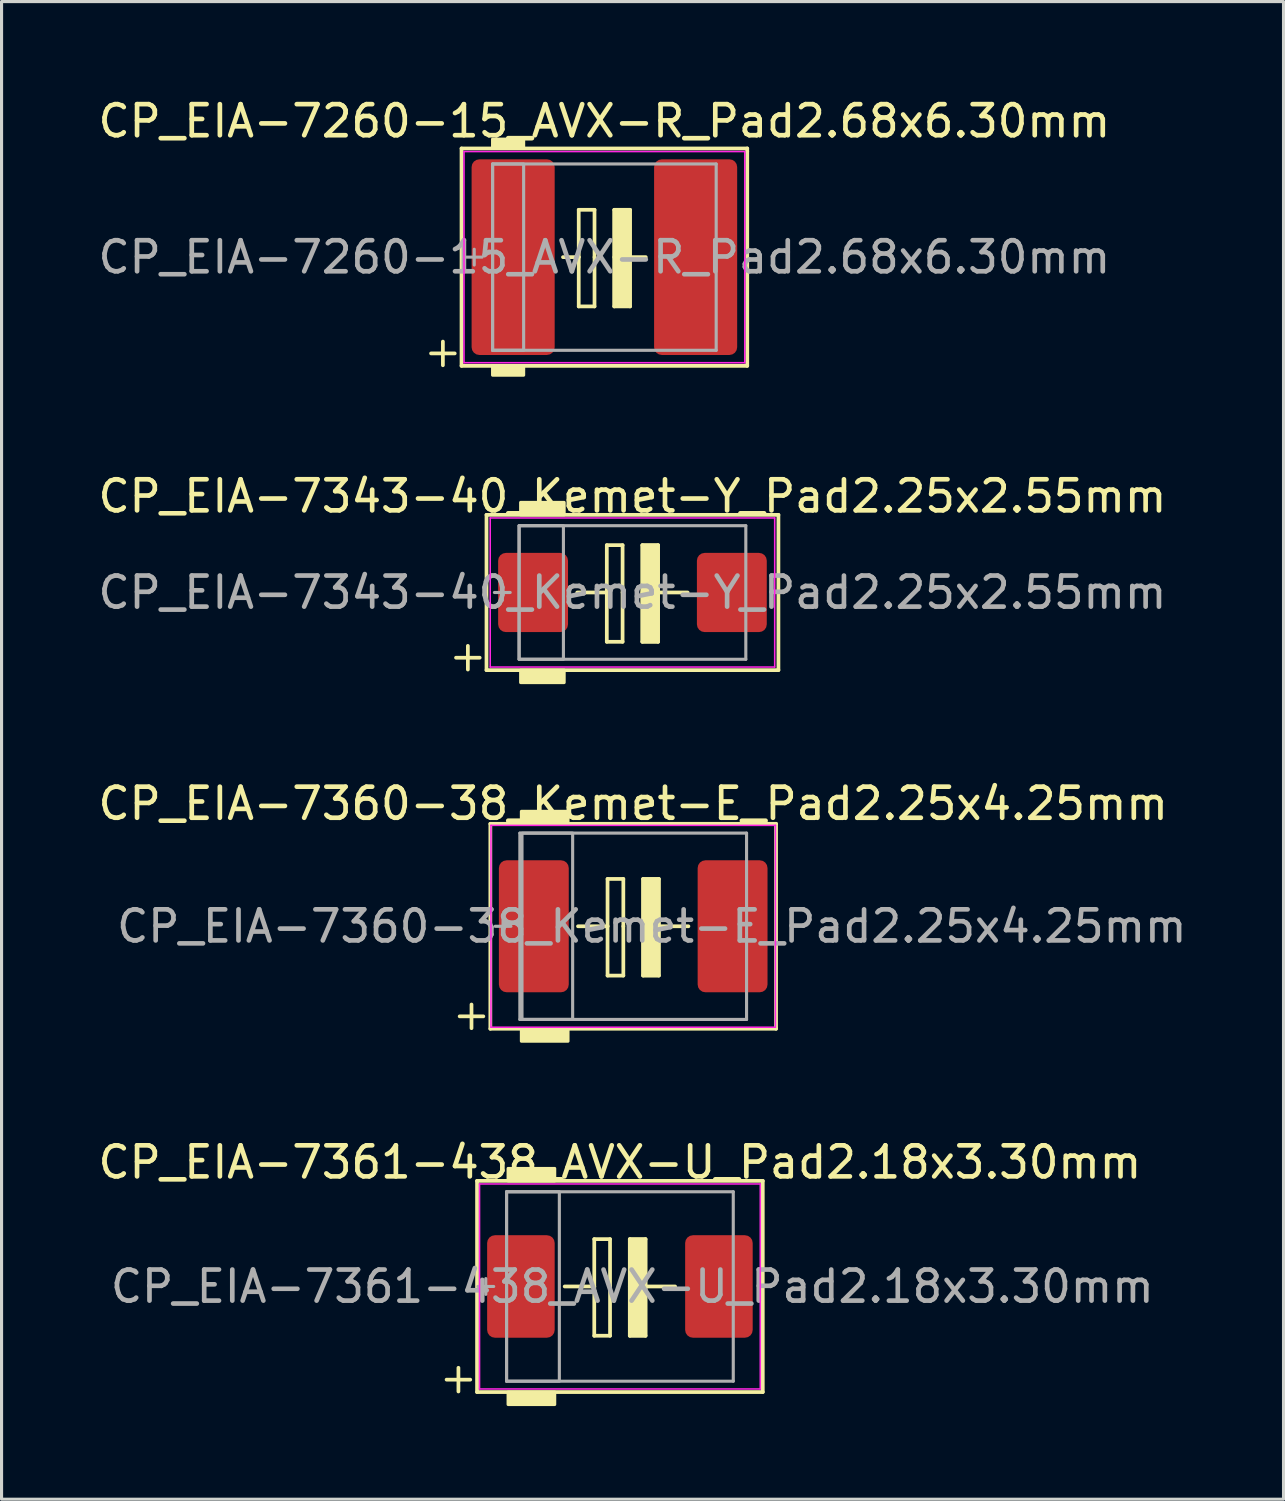
<source format=kicad_pcb>
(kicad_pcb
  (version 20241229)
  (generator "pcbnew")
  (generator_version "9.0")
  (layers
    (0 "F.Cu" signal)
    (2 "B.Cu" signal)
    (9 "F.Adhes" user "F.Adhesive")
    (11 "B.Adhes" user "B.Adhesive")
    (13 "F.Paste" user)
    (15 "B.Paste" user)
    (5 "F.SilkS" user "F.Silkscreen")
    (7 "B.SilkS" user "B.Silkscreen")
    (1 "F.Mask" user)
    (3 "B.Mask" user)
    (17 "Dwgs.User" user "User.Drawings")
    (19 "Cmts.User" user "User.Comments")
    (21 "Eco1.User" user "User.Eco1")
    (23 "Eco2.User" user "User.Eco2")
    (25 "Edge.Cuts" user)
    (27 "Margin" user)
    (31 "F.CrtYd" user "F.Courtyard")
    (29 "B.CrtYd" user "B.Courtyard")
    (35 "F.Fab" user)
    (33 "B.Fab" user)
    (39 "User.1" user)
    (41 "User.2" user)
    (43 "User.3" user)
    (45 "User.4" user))
  (footprint "CP_EIA-7260-15_AVX-R_Pad2.68x6.30mm"
    (layer "F.Cu")
    (at 16.411 5.23)
    (property "Reference" "CP_EIA-7260-15_AVX-R_Pad2.68x6.30mm" (at 0 -4.381 0) (layer "F.SilkS") (effects (font (size 1 1) (thickness 0.15))))
    (attr smd)
    (fp_line (start -5.581 3.1) (end -4.819 3.1) (stroke (width 0.12) (type solid)) (layer "F.SilkS"))
    (fp_line (start -5.2 2.719) (end -5.2 3.481) (stroke (width 0.12) (type solid)) (layer "F.SilkS"))
    (fp_line (start -4.6 -3.5) (end -4.6 3.5) (stroke (width 0.12) (type solid)) (layer "F.SilkS"))
    (fp_line (start -4.6 3.5) (end 4.6 3.5) (stroke (width 0.12) (type solid)) (layer "F.SilkS"))
    (fp_line (start -1.333 0) (end -0.826 0) (stroke (width 0.12) (type solid)) (layer "F.SilkS"))
    (fp_line (start -0.826 -1.524) (end -0.826 0) (stroke (width 0.12) (type solid)) (layer "F.SilkS"))
    (fp_line (start -0.826 1.587) (end -0.826 0) (stroke (width 0.12) (type solid)) (layer "F.SilkS"))
    (fp_line (start -0.826 1.587) (end -0.318 1.587) (stroke (width 0.12) (type solid)) (layer "F.SilkS"))
    (fp_line (start -0.318 -1.524) (end -0.826 -1.524) (stroke (width 0.12) (type solid)) (layer "F.SilkS"))
    (fp_line (start -0.318 -1.524) (end -0.318 0) (stroke (width 0.12) (type solid)) (layer "F.SilkS"))
    (fp_line (start -0.318 1.587) (end -0.318 0) (stroke (width 0.12) (type solid)) (layer "F.SilkS"))
    (fp_line (start 0.318 -1.524) (end 0.318 0) (stroke (width 0.12) (type solid)) (layer "F.SilkS"))
    (fp_line (start 0.318 1.587) (end 0.318 0) (stroke (width 0.12) (type solid)) (layer "F.SilkS"))
    (fp_line (start 0.318 1.587) (end 0.826 1.587) (stroke (width 0.12) (type solid)) (layer "F.SilkS"))
    (fp_line (start 0.826 -1.524) (end 0.318 -1.524) (stroke (width 0.12) (type solid)) (layer "F.SilkS"))
    (fp_line (start 0.826 -1.524) (end 0.826 0) (stroke (width 0.12) (type solid)) (layer "F.SilkS"))
    (fp_line (start 0.826 0) (end 1.333 0) (stroke (width 0.12) (type solid)) (layer "F.SilkS"))
    (fp_line (start 0.826 1.587) (end 0.826 0) (stroke (width 0.12) (type solid)) (layer "F.SilkS"))
    (fp_line (start 4.6 -3.5) (end -4.6 -3.5) (stroke (width 0.12) (type solid)) (layer "F.SilkS"))
    (fp_line (start 4.6 -3.4) (end 4.6 -3.5) (stroke (width 0.12) (type solid)) (layer "F.SilkS"))
    (fp_line (start 4.6 3.5) (end 4.6 -3.4) (stroke (width 0.12) (type solid)) (layer "F.SilkS"))
    (fp_poly (pts (xy -2.6 -3.5) (xy -3.6 -3.5) (xy -3.6 -3.8) (xy -2.6 -3.8)) (stroke (width 0.1) (type solid)) (fill yes) (layer "F.SilkS"))
    (fp_poly (pts (xy -2.6 3.8) (xy -3.6 3.8) (xy -3.6 3.5) (xy -2.6 3.5)) (stroke (width 0.1) (type solid)) (fill yes) (layer "F.SilkS"))
    (fp_poly (pts (xy 0.826 1.587) (xy 0.318 1.587) (xy 0.318 -1.524) (xy 0.826 -1.524)) (stroke (width 0.1) (type solid)) (fill yes) (layer "F.SilkS"))
    (fp_line (start -4.52 -3.4) (end 4.52 -3.4) (stroke (width 0.05) (type solid)) (layer "F.CrtYd"))
    (fp_line (start -4.52 3.4) (end -4.52 -3.4) (stroke (width 0.05) (type solid)) (layer "F.CrtYd"))
    (fp_line (start 4.52 -3.4) (end 4.52 3.4) (stroke (width 0.05) (type solid)) (layer "F.CrtYd"))
    (fp_line (start 4.52 3.4) (end -4.52 3.4) (stroke (width 0.05) (type solid)) (layer "F.CrtYd"))
    (fp_line (start -4.191 -0.254) (end -4.191 0.254) (stroke (width 0.1) (type solid)) (layer "F.Fab"))
    (fp_line (start -3.937 0) (end -4.445 0) (stroke (width 0.1) (type solid)) (layer "F.Fab"))
    (fp_line (start -3.6 -3) (end -3.6 3) (stroke (width 0.1) (type solid)) (layer "F.Fab"))
    (fp_line (start -3.6 3) (end 3.6 3) (stroke (width 0.1) (type solid)) (layer "F.Fab"))
    (fp_line (start 3.6 -3) (end -3.6 -3) (stroke (width 0.1) (type solid)) (layer "F.Fab"))
    (fp_line (start 3.6 3) (end 3.6 -3) (stroke (width 0.1) (type solid)) (layer "F.Fab"))
    (fp_rect (start -3.6 -3) (end -2.6 3) (stroke (width 0.1) (type solid)) (fill no) (layer "F.Fab"))
    (fp_text user "${REFERENCE}" (at 0 0 0) (layer "F.Fab") (effects (font (size 1 1) (thickness 0.15))))
    (pad "1" smd roundrect (at -2.938 0) (size 2.675 6.3) (layers "F.Cu" "F.Mask" "F.Paste") (roundrect_rratio 0.093))
    (pad "2" smd roundrect (at 2.938 0) (size 2.675 6.3) (layers "F.Cu" "F.Mask" "F.Paste") (roundrect_rratio 0.093)))
  (footprint "CP_EIA-7360-38_Kemet-E_Pad2.25x4.25mm"
    (layer "F.Cu")
    (at 17.339 26.776)
    (property "Reference" "CP_EIA-7360-38_Kemet-E_Pad2.25x4.25mm" (at 0 -3.95 0) (layer "F.SilkS") (effects (font (size 1 1) (thickness 0.15))))
    (attr smd)
    (fp_line (start -5.588 2.9) (end -4.826 2.9) (stroke (width 0.12) (type solid)) (layer "F.SilkS"))
    (fp_line (start -5.207 2.519) (end -5.207 3.281) (stroke (width 0.12) (type solid)) (layer "F.SilkS"))
    (fp_line (start -4.6 -3.3) (end -4.6 3.3) (stroke (width 0.12) (type solid)) (layer "F.SilkS"))
    (fp_line (start -4.6 3.3) (end 4.6 3.3) (stroke (width 0.12) (type solid)) (layer "F.SilkS"))
    (fp_line (start -1.778 0) (end -0.826 0) (stroke (width 0.12) (type solid)) (layer "F.SilkS"))
    (fp_line (start -0.826 -1.524) (end -0.826 0) (stroke (width 0.12) (type solid)) (layer "F.SilkS"))
    (fp_line (start -0.826 1.587) (end -0.826 0) (stroke (width 0.12) (type solid)) (layer "F.SilkS"))
    (fp_line (start -0.826 1.587) (end -0.318 1.587) (stroke (width 0.12) (type solid)) (layer "F.SilkS"))
    (fp_line (start -0.318 -1.524) (end -0.826 -1.524) (stroke (width 0.12) (type solid)) (layer "F.SilkS"))
    (fp_line (start -0.318 -1.524) (end -0.318 0) (stroke (width 0.12) (type solid)) (layer "F.SilkS"))
    (fp_line (start -0.318 1.587) (end -0.318 0) (stroke (width 0.12) (type solid)) (layer "F.SilkS"))
    (fp_line (start 0.318 -1.524) (end 0.318 0) (stroke (width 0.12) (type solid)) (layer "F.SilkS"))
    (fp_line (start 0.318 1.587) (end 0.318 0) (stroke (width 0.12) (type solid)) (layer "F.SilkS"))
    (fp_line (start 0.318 1.587) (end 0.826 1.587) (stroke (width 0.12) (type solid)) (layer "F.SilkS"))
    (fp_line (start 0.826 -1.524) (end 0.318 -1.524) (stroke (width 0.12) (type solid)) (layer "F.SilkS"))
    (fp_line (start 0.826 -1.524) (end 0.826 0) (stroke (width 0.12) (type solid)) (layer "F.SilkS"))
    (fp_line (start 0.826 0) (end 1.778 0) (stroke (width 0.12) (type solid)) (layer "F.SilkS"))
    (fp_line (start 0.826 1.587) (end 0.826 0) (stroke (width 0.12) (type solid)) (layer "F.SilkS"))
    (fp_line (start 4.6 -3.3) (end -4.6 -3.3) (stroke (width 0.12) (type solid)) (layer "F.SilkS"))
    (fp_line (start 4.6 3.3) (end 4.6 -3.3) (stroke (width 0.12) (type solid)) (layer "F.SilkS"))
    (fp_poly (pts (xy -2.1 -3.3) (xy -3.6 -3.3) (xy -3.6 -3.7) (xy -2.1 -3.7)) (stroke (width 0.1) (type solid)) (fill yes) (layer "F.SilkS"))
    (fp_poly (pts (xy -2.1 3.7) (xy -3.6 3.7) (xy -3.6 3.3) (xy -2.1 3.3)) (stroke (width 0.1) (type solid)) (fill yes) (layer "F.SilkS"))
    (fp_poly (pts (xy 0.826 1.587) (xy 0.318 1.587) (xy 0.318 -1.524) (xy 0.826 -1.524)) (stroke (width 0.1) (type solid)) (fill yes) (layer "F.SilkS"))
    (fp_line (start -4.58 -3.25) (end 4.58 -3.25) (stroke (width 0.05) (type solid)) (layer "F.CrtYd"))
    (fp_line (start -4.58 3.25) (end -4.58 -3.25) (stroke (width 0.05) (type solid)) (layer "F.CrtYd"))
    (fp_line (start 4.58 -3.25) (end 4.58 3.25) (stroke (width 0.05) (type solid)) (layer "F.CrtYd"))
    (fp_line (start 4.58 3.25) (end -4.58 3.25) (stroke (width 0.05) (type solid)) (layer "F.CrtYd"))
    (fp_line (start -4.191 -0.254) (end -4.191 0.254) (stroke (width 0.1) (type solid)) (layer "F.Fab"))
    (fp_line (start -3.937 0) (end -4.445 0) (stroke (width 0.1) (type solid)) (layer "F.Fab"))
    (fp_line (start -3.65 -3) (end -3.65 3) (stroke (width 0.1) (type solid)) (layer "F.Fab"))
    (fp_line (start -3.65 3) (end 3.65 3) (stroke (width 0.1) (type solid)) (layer "F.Fab"))
    (fp_line (start 3.65 -3) (end -3.65 -3) (stroke (width 0.1) (type solid)) (layer "F.Fab"))
    (fp_line (start 3.65 3) (end 3.65 -3) (stroke (width 0.1) (type solid)) (layer "F.Fab"))
    (fp_rect (start -3.581 -3) (end -1.95 3) (stroke (width 0.1) (type solid)) (fill no) (layer "F.Fab"))
    (fp_text user "${REFERENCE}" (at 0.6 0 0) (layer "F.Fab") (effects (font (size 1 1) (thickness 0.15))))
    (pad "1" smd roundrect (at -3.2 0) (size 2.25 4.25) (layers "F.Cu" "F.Mask" "F.Paste") (roundrect_rratio 0.111))
    (pad "2" smd roundrect (at 3.2 0) (size 2.25 4.25) (layers "F.Cu" "F.Mask" "F.Paste") (roundrect_rratio 0.111)))
  (footprint "CP_EIA-7343-40_Kemet-Y_Pad2.25x2.55mm"
    (layer "F.Cu")
    (at 17.315 16.028)
    (property "Reference" "CP_EIA-7343-40_Kemet-Y_Pad2.25x2.55mm" (at 0 -3.1 0) (layer "F.SilkS") (effects (font (size 1 1) (thickness 0.15))))
    (attr smd)
    (fp_line (start -5.681 2.1) (end -4.919 2.1) (stroke (width 0.12) (type solid)) (layer "F.SilkS"))
    (fp_line (start -5.3 1.719) (end -5.3 2.481) (stroke (width 0.12) (type solid)) (layer "F.SilkS"))
    (fp_line (start -4.7 -2.5) (end -4.7 2.5) (stroke (width 0.12) (type solid)) (layer "F.SilkS"))
    (fp_line (start -4.7 2.5) (end 4.7 2.5) (stroke (width 0.12) (type solid)) (layer "F.SilkS"))
    (fp_line (start -1.778 0) (end -0.826 0) (stroke (width 0.12) (type solid)) (layer "F.SilkS"))
    (fp_line (start -0.826 -1.524) (end -0.826 0) (stroke (width 0.12) (type solid)) (layer "F.SilkS"))
    (fp_line (start -0.826 1.587) (end -0.826 0) (stroke (width 0.12) (type solid)) (layer "F.SilkS"))
    (fp_line (start -0.826 1.587) (end -0.318 1.587) (stroke (width 0.12) (type solid)) (layer "F.SilkS"))
    (fp_line (start -0.318 -1.524) (end -0.826 -1.524) (stroke (width 0.12) (type solid)) (layer "F.SilkS"))
    (fp_line (start -0.318 -1.524) (end -0.318 0) (stroke (width 0.12) (type solid)) (layer "F.SilkS"))
    (fp_line (start -0.318 1.587) (end -0.318 0) (stroke (width 0.12) (type solid)) (layer "F.SilkS"))
    (fp_line (start 0.318 -1.524) (end 0.318 0) (stroke (width 0.12) (type solid)) (layer "F.SilkS"))
    (fp_line (start 0.318 1.587) (end 0.318 0) (stroke (width 0.12) (type solid)) (layer "F.SilkS"))
    (fp_line (start 0.318 1.587) (end 0.826 1.587) (stroke (width 0.12) (type solid)) (layer "F.SilkS"))
    (fp_line (start 0.826 -1.524) (end 0.318 -1.524) (stroke (width 0.12) (type solid)) (layer "F.SilkS"))
    (fp_line (start 0.826 -1.524) (end 0.826 0) (stroke (width 0.12) (type solid)) (layer "F.SilkS"))
    (fp_line (start 0.826 0) (end 1.778 0) (stroke (width 0.12) (type solid)) (layer "F.SilkS"))
    (fp_line (start 0.826 1.587) (end 0.826 0) (stroke (width 0.12) (type solid)) (layer "F.SilkS"))
    (fp_line (start 4.7 -2.5) (end -4.7 -2.5) (stroke (width 0.12) (type solid)) (layer "F.SilkS"))
    (fp_line (start 4.7 2.5) (end 4.7 -2.5) (stroke (width 0.12) (type solid)) (layer "F.SilkS"))
    (fp_poly (pts (xy -2.2 -2.5) (xy -3.6 -2.5) (xy -3.6 -2.9) (xy -2.2 -2.9)) (stroke (width 0.1) (type solid)) (fill yes) (layer "F.SilkS"))
    (fp_poly (pts (xy -2.2 2.9) (xy -3.6 2.9) (xy -3.6 2.5) (xy -2.2 2.5)) (stroke (width 0.1) (type solid)) (fill yes) (layer "F.SilkS"))
    (fp_poly (pts (xy 0.826 1.587) (xy 0.318 1.587) (xy 0.318 -1.524) (xy 0.826 -1.524)) (stroke (width 0.1) (type solid)) (fill yes) (layer "F.SilkS"))
    (fp_line (start -4.58 -2.4) (end 4.58 -2.4) (stroke (width 0.05) (type solid)) (layer "F.CrtYd"))
    (fp_line (start -4.58 2.4) (end -4.58 -2.4) (stroke (width 0.05) (type solid)) (layer "F.CrtYd"))
    (fp_line (start 4.58 -2.4) (end 4.58 2.4) (stroke (width 0.05) (type solid)) (layer "F.CrtYd"))
    (fp_line (start 4.58 2.4) (end -4.58 2.4) (stroke (width 0.05) (type solid)) (layer "F.CrtYd"))
    (fp_line (start -4.191 -0.254) (end -4.191 0.254) (stroke (width 0.1) (type solid)) (layer "F.Fab"))
    (fp_line (start -3.937 0) (end -4.445 0) (stroke (width 0.1) (type solid)) (layer "F.Fab"))
    (fp_line (start -3.65 -2.15) (end -3.65 2.15) (stroke (width 0.1) (type solid)) (layer "F.Fab"))
    (fp_line (start -3.65 2.15) (end 3.65 2.15) (stroke (width 0.1) (type solid)) (layer "F.Fab"))
    (fp_line (start 3.65 -2.15) (end -3.65 -2.15) (stroke (width 0.1) (type solid)) (layer "F.Fab"))
    (fp_line (start 3.65 2.15) (end 3.65 -2.15) (stroke (width 0.1) (type solid)) (layer "F.Fab"))
    (fp_rect (start -3.65 -2.15) (end -2.223 2.15) (stroke (width 0.1) (type solid)) (fill no) (layer "F.Fab"))
    (fp_text user "${REFERENCE}" (at 0 0 0) (layer "F.Fab") (effects (font (size 1 1) (thickness 0.15))))
    (pad "1" smd roundrect (at -3.2 0) (size 2.25 2.55) (layers "F.Cu" "F.Mask" "F.Paste") (roundrect_rratio 0.111))
    (pad "2" smd roundrect (at 3.2 0) (size 2.25 2.55) (layers "F.Cu" "F.Mask" "F.Paste") (roundrect_rratio 0.111)))
  (footprint "CP_EIA-7361-438_AVX-U_Pad2.18x3.30mm"
    (layer "F.Cu")
    (at 16.911 38.374)
    (property "Reference" "CP_EIA-7361-438_AVX-U_Pad2.18x3.30mm" (at 0 -4 0) (layer "F.SilkS") (effects (font (size 1 1) (thickness 0.15))))
    (attr smd)
    (fp_line (start -5.581 3) (end -4.819 3) (stroke (width 0.12) (type solid)) (layer "F.SilkS"))
    (fp_line (start -5.2 2.619) (end -5.2 3.381) (stroke (width 0.12) (type solid)) (layer "F.SilkS"))
    (fp_line (start -4.6 -3.4) (end -4.6 3.4) (stroke (width 0.12) (type solid)) (layer "F.SilkS"))
    (fp_line (start -4.6 3.4) (end 4.6 3.4) (stroke (width 0.12) (type solid)) (layer "F.SilkS"))
    (fp_line (start -1.778 0) (end -0.826 0) (stroke (width 0.12) (type solid)) (layer "F.SilkS"))
    (fp_line (start -0.826 -1.524) (end -0.826 0) (stroke (width 0.12) (type solid)) (layer "F.SilkS"))
    (fp_line (start -0.826 1.587) (end -0.826 0) (stroke (width 0.12) (type solid)) (layer "F.SilkS"))
    (fp_line (start -0.826 1.587) (end -0.318 1.587) (stroke (width 0.12) (type solid)) (layer "F.SilkS"))
    (fp_line (start -0.318 -1.524) (end -0.826 -1.524) (stroke (width 0.12) (type solid)) (layer "F.SilkS"))
    (fp_line (start -0.318 -1.524) (end -0.318 0) (stroke (width 0.12) (type solid)) (layer "F.SilkS"))
    (fp_line (start -0.318 1.587) (end -0.318 0) (stroke (width 0.12) (type solid)) (layer "F.SilkS"))
    (fp_line (start 0.318 -1.524) (end 0.318 0) (stroke (width 0.12) (type solid)) (layer "F.SilkS"))
    (fp_line (start 0.318 1.587) (end 0.318 0) (stroke (width 0.12) (type solid)) (layer "F.SilkS"))
    (fp_line (start 0.318 1.587) (end 0.826 1.587) (stroke (width 0.12) (type solid)) (layer "F.SilkS"))
    (fp_line (start 0.826 -1.524) (end 0.318 -1.524) (stroke (width 0.12) (type solid)) (layer "F.SilkS"))
    (fp_line (start 0.826 -1.524) (end 0.826 0) (stroke (width 0.12) (type solid)) (layer "F.SilkS"))
    (fp_line (start 0.826 0) (end 1.778 0) (stroke (width 0.12) (type solid)) (layer "F.SilkS"))
    (fp_line (start 0.826 1.587) (end 0.826 0) (stroke (width 0.12) (type solid)) (layer "F.SilkS"))
    (fp_line (start 4.6 -3.4) (end -4.6 -3.4) (stroke (width 0.12) (type solid)) (layer "F.SilkS"))
    (fp_line (start 4.6 3.4) (end 4.6 -3.4) (stroke (width 0.12) (type solid)) (layer "F.SilkS"))
    (fp_poly (pts (xy -2.1 -3.4) (xy -3.6 -3.4) (xy -3.6 -3.8) (xy -2.1 -3.8)) (stroke (width 0.1) (type solid)) (fill yes) (layer "F.SilkS"))
    (fp_poly (pts (xy -2.1 3.8) (xy -3.6 3.8) (xy -3.6 3.4) (xy -2.1 3.4)) (stroke (width 0.1) (type solid)) (fill yes) (layer "F.SilkS"))
    (fp_poly (pts (xy 0.826 1.587) (xy 0.318 1.587) (xy 0.318 -1.524) (xy 0.826 -1.524)) (stroke (width 0.1) (type solid)) (fill yes) (layer "F.SilkS"))
    (fp_line (start -4.52 -3.3) (end 4.52 -3.3) (stroke (width 0.05) (type solid)) (layer "F.CrtYd"))
    (fp_line (start -4.52 3.3) (end -4.52 -3.3) (stroke (width 0.05) (type solid)) (layer "F.CrtYd"))
    (fp_line (start 4.52 -3.3) (end 4.52 3.3) (stroke (width 0.05) (type solid)) (layer "F.CrtYd"))
    (fp_line (start 4.52 3.3) (end -4.52 3.3) (stroke (width 0.05) (type solid)) (layer "F.CrtYd"))
    (fp_line (start -4.318 -0.254) (end -4.318 0.254) (stroke (width 0.1) (type solid)) (layer "F.Fab"))
    (fp_line (start -4.064 0) (end -4.572 0) (stroke (width 0.1) (type solid)) (layer "F.Fab"))
    (fp_line (start -3.65 -3.05) (end -3.65 3.05) (stroke (width 0.1) (type solid)) (layer "F.Fab"))
    (fp_line (start -3.65 3.05) (end 3.65 3.05) (stroke (width 0.1) (type solid)) (layer "F.Fab"))
    (fp_line (start 3.65 -3.05) (end -3.65 -3.05) (stroke (width 0.1) (type solid)) (layer "F.Fab"))
    (fp_line (start 3.65 3.05) (end 3.65 -3.05) (stroke (width 0.1) (type solid)) (layer "F.Fab"))
    (fp_rect (start -3.65 -3.05) (end -1.95 3.05) (stroke (width 0.1) (type solid)) (fill no) (layer "F.Fab"))
    (fp_text user "${REFERENCE}" (at 0.4 0 0) (layer "F.Fab") (effects (font (size 1 1) (thickness 0.15))))
    (pad "1" smd roundrect (at -3.188 0) (size 2.175 3.3) (layers "F.Cu" "F.Mask" "F.Paste") (roundrect_rratio 0.115))
    (pad "2" smd roundrect (at 3.188 0) (size 2.175 3.3) (layers "F.Cu" "F.Mask" "F.Paste") (roundrect_rratio 0.115)))
  (gr_rect
    (start -3 -3)
    (end 38.279 45.224)
    (stroke (width 0.1) (type default))
    (fill no)
    (layer "Edge.Cuts")))
</source>
